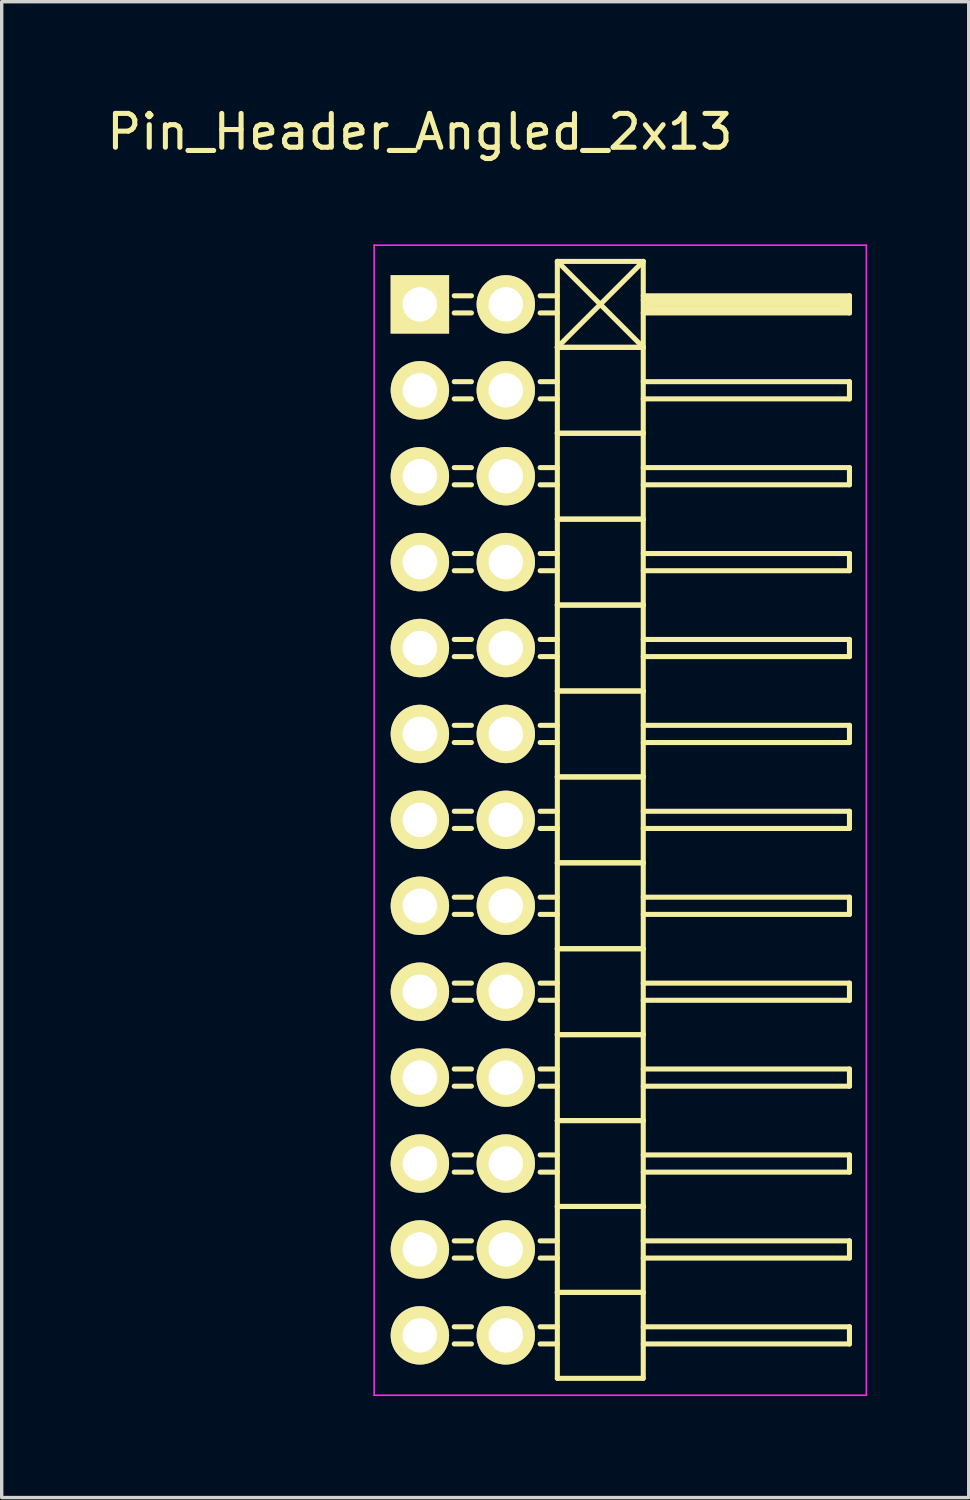
<source format=kicad_pcb>
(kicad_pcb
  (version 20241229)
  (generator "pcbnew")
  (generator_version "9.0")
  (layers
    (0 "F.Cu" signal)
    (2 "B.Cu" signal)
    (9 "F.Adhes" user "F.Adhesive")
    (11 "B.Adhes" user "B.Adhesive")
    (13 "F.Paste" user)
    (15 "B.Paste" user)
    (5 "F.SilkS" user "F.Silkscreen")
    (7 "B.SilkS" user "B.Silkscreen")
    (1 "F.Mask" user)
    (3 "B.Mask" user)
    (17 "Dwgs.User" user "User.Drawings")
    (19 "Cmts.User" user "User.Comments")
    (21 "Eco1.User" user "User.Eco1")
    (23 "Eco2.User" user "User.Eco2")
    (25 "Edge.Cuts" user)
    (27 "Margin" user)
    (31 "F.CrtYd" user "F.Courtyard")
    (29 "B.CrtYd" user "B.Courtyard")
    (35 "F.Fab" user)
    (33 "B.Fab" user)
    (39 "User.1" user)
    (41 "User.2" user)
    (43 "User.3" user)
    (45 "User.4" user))
  (footprint "Pin_Header_Angled_2x13"
    (layer "F.Cu")
    (at 9.363 5.948)
    (property "Reference" "Pin_Header_Angled_2x13" (at 0 -5.1 0) (layer "F.SilkS") (effects (font (size 1 1) (thickness 0.15))))
    (attr through_hole)
    (fp_line (start 1.524 -0.254) (end 1.016 -0.254) (stroke (width 0.15) (type solid)) (layer "F.SilkS"))
    (fp_line (start 1.524 0.254) (end 1.016 0.254) (stroke (width 0.15) (type solid)) (layer "F.SilkS"))
    (fp_line (start 1.524 2.286) (end 1.016 2.286) (stroke (width 0.15) (type solid)) (layer "F.SilkS"))
    (fp_line (start 1.524 2.794) (end 1.016 2.794) (stroke (width 0.15) (type solid)) (layer "F.SilkS"))
    (fp_line (start 1.524 4.826) (end 1.016 4.826) (stroke (width 0.15) (type solid)) (layer "F.SilkS"))
    (fp_line (start 1.524 5.334) (end 1.016 5.334) (stroke (width 0.15) (type solid)) (layer "F.SilkS"))
    (fp_line (start 1.524 7.366) (end 1.016 7.366) (stroke (width 0.15) (type solid)) (layer "F.SilkS"))
    (fp_line (start 1.524 7.874) (end 1.016 7.874) (stroke (width 0.15) (type solid)) (layer "F.SilkS"))
    (fp_line (start 1.524 9.906) (end 1.016 9.906) (stroke (width 0.15) (type solid)) (layer "F.SilkS"))
    (fp_line (start 1.524 10.414) (end 1.016 10.414) (stroke (width 0.15) (type solid)) (layer "F.SilkS"))
    (fp_line (start 1.524 12.446) (end 1.016 12.446) (stroke (width 0.15) (type solid)) (layer "F.SilkS"))
    (fp_line (start 1.524 12.954) (end 1.016 12.954) (stroke (width 0.15) (type solid)) (layer "F.SilkS"))
    (fp_line (start 1.524 14.986) (end 1.016 14.986) (stroke (width 0.15) (type solid)) (layer "F.SilkS"))
    (fp_line (start 1.524 15.494) (end 1.016 15.494) (stroke (width 0.15) (type solid)) (layer "F.SilkS"))
    (fp_line (start 1.524 17.526) (end 1.016 17.526) (stroke (width 0.15) (type solid)) (layer "F.SilkS"))
    (fp_line (start 1.524 18.034) (end 1.016 18.034) (stroke (width 0.15) (type solid)) (layer "F.SilkS"))
    (fp_line (start 1.524 20.066) (end 1.016 20.066) (stroke (width 0.15) (type solid)) (layer "F.SilkS"))
    (fp_line (start 1.524 20.574) (end 1.016 20.574) (stroke (width 0.15) (type solid)) (layer "F.SilkS"))
    (fp_line (start 1.524 22.606) (end 1.016 22.606) (stroke (width 0.15) (type solid)) (layer "F.SilkS"))
    (fp_line (start 1.524 23.114) (end 1.016 23.114) (stroke (width 0.15) (type solid)) (layer "F.SilkS"))
    (fp_line (start 1.524 25.146) (end 1.016 25.146) (stroke (width 0.15) (type solid)) (layer "F.SilkS"))
    (fp_line (start 1.524 25.654) (end 1.016 25.654) (stroke (width 0.15) (type solid)) (layer "F.SilkS"))
    (fp_line (start 1.524 27.686) (end 1.016 27.686) (stroke (width 0.15) (type solid)) (layer "F.SilkS"))
    (fp_line (start 1.524 28.194) (end 1.016 28.194) (stroke (width 0.15) (type solid)) (layer "F.SilkS"))
    (fp_line (start 1.524 30.226) (end 1.016 30.226) (stroke (width 0.15) (type solid)) (layer "F.SilkS"))
    (fp_line (start 1.524 30.734) (end 1.016 30.734) (stroke (width 0.15) (type solid)) (layer "F.SilkS"))
    (fp_line (start 4.064 -1.27) (end 4.064 1.27) (stroke (width 0.15) (type solid)) (layer "F.SilkS"))
    (fp_line (start 4.064 -1.27) (end 6.604 -1.27) (stroke (width 0.15) (type solid)) (layer "F.SilkS"))
    (fp_line (start 4.064 -1.27) (end 6.604 1.27) (stroke (width 0.15) (type solid)) (layer "F.SilkS"))
    (fp_line (start 4.064 -0.254) (end 3.556 -0.254) (stroke (width 0.15) (type solid)) (layer "F.SilkS"))
    (fp_line (start 4.064 0.254) (end 3.556 0.254) (stroke (width 0.15) (type solid)) (layer "F.SilkS"))
    (fp_line (start 4.064 1.27) (end 4.064 3.81) (stroke (width 0.15) (type solid)) (layer "F.SilkS"))
    (fp_line (start 4.064 1.27) (end 6.604 1.27) (stroke (width 0.15) (type solid)) (layer "F.SilkS"))
    (fp_line (start 4.064 1.27) (end 6.604 1.27) (stroke (width 0.15) (type solid)) (layer "F.SilkS"))
    (fp_line (start 4.064 2.286) (end 3.556 2.286) (stroke (width 0.15) (type solid)) (layer "F.SilkS"))
    (fp_line (start 4.064 2.794) (end 3.556 2.794) (stroke (width 0.15) (type solid)) (layer "F.SilkS"))
    (fp_line (start 4.064 3.81) (end 4.064 6.35) (stroke (width 0.15) (type solid)) (layer "F.SilkS"))
    (fp_line (start 4.064 3.81) (end 6.604 3.81) (stroke (width 0.15) (type solid)) (layer "F.SilkS"))
    (fp_line (start 4.064 3.81) (end 6.604 3.81) (stroke (width 0.15) (type solid)) (layer "F.SilkS"))
    (fp_line (start 4.064 4.826) (end 3.556 4.826) (stroke (width 0.15) (type solid)) (layer "F.SilkS"))
    (fp_line (start 4.064 5.334) (end 3.556 5.334) (stroke (width 0.15) (type solid)) (layer "F.SilkS"))
    (fp_line (start 4.064 6.35) (end 4.064 8.89) (stroke (width 0.15) (type solid)) (layer "F.SilkS"))
    (fp_line (start 4.064 6.35) (end 6.604 6.35) (stroke (width 0.15) (type solid)) (layer "F.SilkS"))
    (fp_line (start 4.064 6.35) (end 6.604 6.35) (stroke (width 0.15) (type solid)) (layer "F.SilkS"))
    (fp_line (start 4.064 7.366) (end 3.556 7.366) (stroke (width 0.15) (type solid)) (layer "F.SilkS"))
    (fp_line (start 4.064 7.874) (end 3.556 7.874) (stroke (width 0.15) (type solid)) (layer "F.SilkS"))
    (fp_line (start 4.064 8.89) (end 4.064 11.43) (stroke (width 0.15) (type solid)) (layer "F.SilkS"))
    (fp_line (start 4.064 8.89) (end 6.604 8.89) (stroke (width 0.15) (type solid)) (layer "F.SilkS"))
    (fp_line (start 4.064 8.89) (end 6.604 8.89) (stroke (width 0.15) (type solid)) (layer "F.SilkS"))
    (fp_line (start 4.064 9.906) (end 3.556 9.906) (stroke (width 0.15) (type solid)) (layer "F.SilkS"))
    (fp_line (start 4.064 10.414) (end 3.556 10.414) (stroke (width 0.15) (type solid)) (layer "F.SilkS"))
    (fp_line (start 4.064 11.43) (end 4.064 13.97) (stroke (width 0.15) (type solid)) (layer "F.SilkS"))
    (fp_line (start 4.064 11.43) (end 6.604 11.43) (stroke (width 0.15) (type solid)) (layer "F.SilkS"))
    (fp_line (start 4.064 11.43) (end 6.604 11.43) (stroke (width 0.15) (type solid)) (layer "F.SilkS"))
    (fp_line (start 4.064 12.446) (end 3.556 12.446) (stroke (width 0.15) (type solid)) (layer "F.SilkS"))
    (fp_line (start 4.064 12.954) (end 3.556 12.954) (stroke (width 0.15) (type solid)) (layer "F.SilkS"))
    (fp_line (start 4.064 13.97) (end 4.064 16.51) (stroke (width 0.15) (type solid)) (layer "F.SilkS"))
    (fp_line (start 4.064 13.97) (end 6.604 13.97) (stroke (width 0.15) (type solid)) (layer "F.SilkS"))
    (fp_line (start 4.064 13.97) (end 6.604 13.97) (stroke (width 0.15) (type solid)) (layer "F.SilkS"))
    (fp_line (start 4.064 14.986) (end 3.556 14.986) (stroke (width 0.15) (type solid)) (layer "F.SilkS"))
    (fp_line (start 4.064 15.494) (end 3.556 15.494) (stroke (width 0.15) (type solid)) (layer "F.SilkS"))
    (fp_line (start 4.064 16.51) (end 4.064 19.05) (stroke (width 0.15) (type solid)) (layer "F.SilkS"))
    (fp_line (start 4.064 16.51) (end 6.604 16.51) (stroke (width 0.15) (type solid)) (layer "F.SilkS"))
    (fp_line (start 4.064 16.51) (end 6.604 16.51) (stroke (width 0.15) (type solid)) (layer "F.SilkS"))
    (fp_line (start 4.064 17.526) (end 3.556 17.526) (stroke (width 0.15) (type solid)) (layer "F.SilkS"))
    (fp_line (start 4.064 18.034) (end 3.556 18.034) (stroke (width 0.15) (type solid)) (layer "F.SilkS"))
    (fp_line (start 4.064 19.05) (end 4.064 21.59) (stroke (width 0.15) (type solid)) (layer "F.SilkS"))
    (fp_line (start 4.064 19.05) (end 6.604 19.05) (stroke (width 0.15) (type solid)) (layer "F.SilkS"))
    (fp_line (start 4.064 19.05) (end 6.604 19.05) (stroke (width 0.15) (type solid)) (layer "F.SilkS"))
    (fp_line (start 4.064 20.066) (end 3.556 20.066) (stroke (width 0.15) (type solid)) (layer "F.SilkS"))
    (fp_line (start 4.064 20.574) (end 3.556 20.574) (stroke (width 0.15) (type solid)) (layer "F.SilkS"))
    (fp_line (start 4.064 21.59) (end 4.064 24.13) (stroke (width 0.15) (type solid)) (layer "F.SilkS"))
    (fp_line (start 4.064 21.59) (end 6.604 21.59) (stroke (width 0.15) (type solid)) (layer "F.SilkS"))
    (fp_line (start 4.064 21.59) (end 6.604 21.59) (stroke (width 0.15) (type solid)) (layer "F.SilkS"))
    (fp_line (start 4.064 22.606) (end 3.556 22.606) (stroke (width 0.15) (type solid)) (layer "F.SilkS"))
    (fp_line (start 4.064 23.114) (end 3.556 23.114) (stroke (width 0.15) (type solid)) (layer "F.SilkS"))
    (fp_line (start 4.064 24.13) (end 4.064 26.67) (stroke (width 0.15) (type solid)) (layer "F.SilkS"))
    (fp_line (start 4.064 24.13) (end 6.604 24.13) (stroke (width 0.15) (type solid)) (layer "F.SilkS"))
    (fp_line (start 4.064 24.13) (end 6.604 24.13) (stroke (width 0.15) (type solid)) (layer "F.SilkS"))
    (fp_line (start 4.064 25.146) (end 3.556 25.146) (stroke (width 0.15) (type solid)) (layer "F.SilkS"))
    (fp_line (start 4.064 25.654) (end 3.556 25.654) (stroke (width 0.15) (type solid)) (layer "F.SilkS"))
    (fp_line (start 4.064 26.67) (end 4.064 29.21) (stroke (width 0.15) (type solid)) (layer "F.SilkS"))
    (fp_line (start 4.064 26.67) (end 6.604 26.67) (stroke (width 0.15) (type solid)) (layer "F.SilkS"))
    (fp_line (start 4.064 26.67) (end 6.604 26.67) (stroke (width 0.15) (type solid)) (layer "F.SilkS"))
    (fp_line (start 4.064 27.686) (end 3.556 27.686) (stroke (width 0.15) (type solid)) (layer "F.SilkS"))
    (fp_line (start 4.064 28.194) (end 3.556 28.194) (stroke (width 0.15) (type solid)) (layer "F.SilkS"))
    (fp_line (start 4.064 29.21) (end 4.064 31.75) (stroke (width 0.15) (type solid)) (layer "F.SilkS"))
    (fp_line (start 4.064 29.21) (end 6.604 29.21) (stroke (width 0.15) (type solid)) (layer "F.SilkS"))
    (fp_line (start 4.064 29.21) (end 6.604 29.21) (stroke (width 0.15) (type solid)) (layer "F.SilkS"))
    (fp_line (start 4.064 30.226) (end 3.556 30.226) (stroke (width 0.15) (type solid)) (layer "F.SilkS"))
    (fp_line (start 4.064 30.734) (end 3.556 30.734) (stroke (width 0.15) (type solid)) (layer "F.SilkS"))
    (fp_line (start 4.064 31.75) (end 6.604 31.75) (stroke (width 0.15) (type solid)) (layer "F.SilkS"))
    (fp_line (start 6.604 -1.27) (end 4.064 1.27) (stroke (width 0.15) (type solid)) (layer "F.SilkS"))
    (fp_line (start 6.604 -0.254) (end 12.7 -0.254) (stroke (width 0.15) (type solid)) (layer "F.SilkS"))
    (fp_line (start 6.604 -0.127) (end 12.573 -0.127) (stroke (width 0.15) (type solid)) (layer "F.SilkS"))
    (fp_line (start 6.604 1.27) (end 6.604 -1.27) (stroke (width 0.15) (type solid)) (layer "F.SilkS"))
    (fp_line (start 6.604 2.286) (end 12.7 2.286) (stroke (width 0.15) (type solid)) (layer "F.SilkS"))
    (fp_line (start 6.604 3.81) (end 6.604 1.27) (stroke (width 0.15) (type solid)) (layer "F.SilkS"))
    (fp_line (start 6.604 4.826) (end 12.7 4.826) (stroke (width 0.15) (type solid)) (layer "F.SilkS"))
    (fp_line (start 6.604 6.35) (end 6.604 3.81) (stroke (width 0.15) (type solid)) (layer "F.SilkS"))
    (fp_line (start 6.604 7.366) (end 12.7 7.366) (stroke (width 0.15) (type solid)) (layer "F.SilkS"))
    (fp_line (start 6.604 8.89) (end 6.604 6.35) (stroke (width 0.15) (type solid)) (layer "F.SilkS"))
    (fp_line (start 6.604 9.906) (end 12.7 9.906) (stroke (width 0.15) (type solid)) (layer "F.SilkS"))
    (fp_line (start 6.604 11.43) (end 6.604 8.89) (stroke (width 0.15) (type solid)) (layer "F.SilkS"))
    (fp_line (start 6.604 12.446) (end 12.7 12.446) (stroke (width 0.15) (type solid)) (layer "F.SilkS"))
    (fp_line (start 6.604 13.97) (end 6.604 11.43) (stroke (width 0.15) (type solid)) (layer "F.SilkS"))
    (fp_line (start 6.604 14.986) (end 12.7 14.986) (stroke (width 0.15) (type solid)) (layer "F.SilkS"))
    (fp_line (start 6.604 16.51) (end 6.604 13.97) (stroke (width 0.15) (type solid)) (layer "F.SilkS"))
    (fp_line (start 6.604 17.526) (end 12.7 17.526) (stroke (width 0.15) (type solid)) (layer "F.SilkS"))
    (fp_line (start 6.604 19.05) (end 6.604 16.51) (stroke (width 0.15) (type solid)) (layer "F.SilkS"))
    (fp_line (start 6.604 20.066) (end 12.7 20.066) (stroke (width 0.15) (type solid)) (layer "F.SilkS"))
    (fp_line (start 6.604 21.59) (end 6.604 19.05) (stroke (width 0.15) (type solid)) (layer "F.SilkS"))
    (fp_line (start 6.604 22.606) (end 12.7 22.606) (stroke (width 0.15) (type solid)) (layer "F.SilkS"))
    (fp_line (start 6.604 24.13) (end 6.604 21.59) (stroke (width 0.15) (type solid)) (layer "F.SilkS"))
    (fp_line (start 6.604 25.146) (end 12.7 25.146) (stroke (width 0.15) (type solid)) (layer "F.SilkS"))
    (fp_line (start 6.604 26.67) (end 6.604 24.13) (stroke (width 0.15) (type solid)) (layer "F.SilkS"))
    (fp_line (start 6.604 27.686) (end 12.7 27.686) (stroke (width 0.15) (type solid)) (layer "F.SilkS"))
    (fp_line (start 6.604 29.21) (end 6.604 26.67) (stroke (width 0.15) (type solid)) (layer "F.SilkS"))
    (fp_line (start 6.604 30.226) (end 12.7 30.226) (stroke (width 0.15) (type solid)) (layer "F.SilkS"))
    (fp_line (start 6.604 31.75) (end 6.604 29.21) (stroke (width 0.15) (type solid)) (layer "F.SilkS"))
    (fp_line (start 6.731 0) (end 12.573 0) (stroke (width 0.15) (type solid)) (layer "F.SilkS"))
    (fp_line (start 6.731 0.127) (end 6.731 0) (stroke (width 0.15) (type solid)) (layer "F.SilkS"))
    (fp_line (start 12.573 -0.127) (end 12.573 0.127) (stroke (width 0.15) (type solid)) (layer "F.SilkS"))
    (fp_line (start 12.573 0.127) (end 6.731 0.127) (stroke (width 0.15) (type solid)) (layer "F.SilkS"))
    (fp_line (start 12.7 -0.254) (end 12.7 0.254) (stroke (width 0.15) (type solid)) (layer "F.SilkS"))
    (fp_line (start 12.7 0.254) (end 6.604 0.254) (stroke (width 0.15) (type solid)) (layer "F.SilkS"))
    (fp_line (start 12.7 2.286) (end 12.7 2.794) (stroke (width 0.15) (type solid)) (layer "F.SilkS"))
    (fp_line (start 12.7 2.794) (end 6.604 2.794) (stroke (width 0.15) (type solid)) (layer "F.SilkS"))
    (fp_line (start 12.7 4.826) (end 12.7 5.334) (stroke (width 0.15) (type solid)) (layer "F.SilkS"))
    (fp_line (start 12.7 5.334) (end 6.604 5.334) (stroke (width 0.15) (type solid)) (layer "F.SilkS"))
    (fp_line (start 12.7 7.366) (end 12.7 7.874) (stroke (width 0.15) (type solid)) (layer "F.SilkS"))
    (fp_line (start 12.7 7.874) (end 6.604 7.874) (stroke (width 0.15) (type solid)) (layer "F.SilkS"))
    (fp_line (start 12.7 9.906) (end 12.7 10.414) (stroke (width 0.15) (type solid)) (layer "F.SilkS"))
    (fp_line (start 12.7 10.414) (end 6.604 10.414) (stroke (width 0.15) (type solid)) (layer "F.SilkS"))
    (fp_line (start 12.7 12.446) (end 12.7 12.954) (stroke (width 0.15) (type solid)) (layer "F.SilkS"))
    (fp_line (start 12.7 12.954) (end 6.604 12.954) (stroke (width 0.15) (type solid)) (layer "F.SilkS"))
    (fp_line (start 12.7 14.986) (end 12.7 15.494) (stroke (width 0.15) (type solid)) (layer "F.SilkS"))
    (fp_line (start 12.7 15.494) (end 6.604 15.494) (stroke (width 0.15) (type solid)) (layer "F.SilkS"))
    (fp_line (start 12.7 17.526) (end 12.7 18.034) (stroke (width 0.15) (type solid)) (layer "F.SilkS"))
    (fp_line (start 12.7 18.034) (end 6.604 18.034) (stroke (width 0.15) (type solid)) (layer "F.SilkS"))
    (fp_line (start 12.7 20.066) (end 12.7 20.574) (stroke (width 0.15) (type solid)) (layer "F.SilkS"))
    (fp_line (start 12.7 20.574) (end 6.604 20.574) (stroke (width 0.15) (type solid)) (layer "F.SilkS"))
    (fp_line (start 12.7 22.606) (end 12.7 23.114) (stroke (width 0.15) (type solid)) (layer "F.SilkS"))
    (fp_line (start 12.7 23.114) (end 6.604 23.114) (stroke (width 0.15) (type solid)) (layer "F.SilkS"))
    (fp_line (start 12.7 25.146) (end 12.7 25.654) (stroke (width 0.15) (type solid)) (layer "F.SilkS"))
    (fp_line (start 12.7 25.654) (end 6.604 25.654) (stroke (width 0.15) (type solid)) (layer "F.SilkS"))
    (fp_line (start 12.7 27.686) (end 12.7 28.194) (stroke (width 0.15) (type solid)) (layer "F.SilkS"))
    (fp_line (start 12.7 28.194) (end 6.604 28.194) (stroke (width 0.15) (type solid)) (layer "F.SilkS"))
    (fp_line (start 12.7 30.226) (end 12.7 30.734) (stroke (width 0.15) (type solid)) (layer "F.SilkS"))
    (fp_line (start 12.7 30.734) (end 6.604 30.734) (stroke (width 0.15) (type solid)) (layer "F.SilkS"))
    (fp_line (start -1.35 -1.75) (end -1.35 32.25) (stroke (width 0.05) (type solid)) (layer "F.CrtYd"))
    (fp_line (start -1.35 -1.75) (end 13.2 -1.75) (stroke (width 0.05) (type solid)) (layer "F.CrtYd"))
    (fp_line (start -1.35 32.25) (end 13.2 32.25) (stroke (width 0.05) (type solid)) (layer "F.CrtYd"))
    (fp_line (start 13.2 -1.75) (end 13.2 32.25) (stroke (width 0.05) (type solid)) (layer "F.CrtYd"))
    (pad "1" thru_hole rect (at 0 0) (size 1.727 1.727) (drill 1.016) (layers "*.Cu" "*.Mask" "F.SilkS"))
    (pad "2" thru_hole oval (at 2.54 0) (size 1.727 1.727) (drill 1.016) (layers "*.Cu" "*.Mask" "F.SilkS"))
    (pad "3" thru_hole oval (at 0 2.54) (size 1.727 1.727) (drill 1.016) (layers "*.Cu" "*.Mask" "F.SilkS"))
    (pad "4" thru_hole oval (at 2.54 2.54) (size 1.727 1.727) (drill 1.016) (layers "*.Cu" "*.Mask" "F.SilkS"))
    (pad "5" thru_hole oval (at 0 5.08) (size 1.727 1.727) (drill 1.016) (layers "*.Cu" "*.Mask" "F.SilkS"))
    (pad "6" thru_hole oval (at 2.54 5.08) (size 1.727 1.727) (drill 1.016) (layers "*.Cu" "*.Mask" "F.SilkS"))
    (pad "7" thru_hole oval (at 0 7.62) (size 1.727 1.727) (drill 1.016) (layers "*.Cu" "*.Mask" "F.SilkS"))
    (pad "8" thru_hole oval (at 2.54 7.62) (size 1.727 1.727) (drill 1.016) (layers "*.Cu" "*.Mask" "F.SilkS"))
    (pad "9" thru_hole oval (at 0 10.16) (size 1.727 1.727) (drill 1.016) (layers "*.Cu" "*.Mask" "F.SilkS"))
    (pad "10" thru_hole oval (at 2.54 10.16) (size 1.727 1.727) (drill 1.016) (layers "*.Cu" "*.Mask" "F.SilkS"))
    (pad "11" thru_hole oval (at 0 12.7) (size 1.727 1.727) (drill 1.016) (layers "*.Cu" "*.Mask" "F.SilkS"))
    (pad "12" thru_hole oval (at 2.54 12.7) (size 1.727 1.727) (drill 1.016) (layers "*.Cu" "*.Mask" "F.SilkS"))
    (pad "13" thru_hole oval (at 0 15.24) (size 1.727 1.727) (drill 1.016) (layers "*.Cu" "*.Mask" "F.SilkS"))
    (pad "14" thru_hole oval (at 2.54 15.24) (size 1.727 1.727) (drill 1.016) (layers "*.Cu" "*.Mask" "F.SilkS"))
    (pad "15" thru_hole oval (at 0 17.78) (size 1.727 1.727) (drill 1.016) (layers "*.Cu" "*.Mask" "F.SilkS"))
    (pad "16" thru_hole oval (at 2.54 17.78) (size 1.727 1.727) (drill 1.016) (layers "*.Cu" "*.Mask" "F.SilkS"))
    (pad "17" thru_hole oval (at 0 20.32) (size 1.727 1.727) (drill 1.016) (layers "*.Cu" "*.Mask" "F.SilkS"))
    (pad "18" thru_hole oval (at 2.54 20.32) (size 1.727 1.727) (drill 1.016) (layers "*.Cu" "*.Mask" "F.SilkS"))
    (pad "19" thru_hole oval (at 0 22.86) (size 1.727 1.727) (drill 1.016) (layers "*.Cu" "*.Mask" "F.SilkS"))
    (pad "20" thru_hole oval (at 2.54 22.86) (size 1.727 1.727) (drill 1.016) (layers "*.Cu" "*.Mask" "F.SilkS"))
    (pad "21" thru_hole oval (at 0 25.4) (size 1.727 1.727) (drill 1.016) (layers "*.Cu" "*.Mask" "F.SilkS"))
    (pad "22" thru_hole oval (at 2.54 25.4) (size 1.727 1.727) (drill 1.016) (layers "*.Cu" "*.Mask" "F.SilkS"))
    (pad "23" thru_hole oval (at 0 27.94) (size 1.727 1.727) (drill 1.016) (layers "*.Cu" "*.Mask" "F.SilkS"))
    (pad "24" thru_hole oval (at 2.54 27.94) (size 1.727 1.727) (drill 1.016) (layers "*.Cu" "*.Mask" "F.SilkS"))
    (pad "25" thru_hole oval (at 0 30.48) (size 1.727 1.727) (drill 1.016) (layers "*.Cu" "*.Mask" "F.SilkS"))
    (pad "26" thru_hole oval (at 2.54 30.48) (size 1.727 1.727) (drill 1.016) (layers "*.Cu" "*.Mask" "F.SilkS")))
  (gr_rect
    (start -3 -3)
    (end 25.588 41.223)
    (stroke (width 0.1) (type default))
    (fill no)
    (layer "Edge.Cuts")))
</source>
